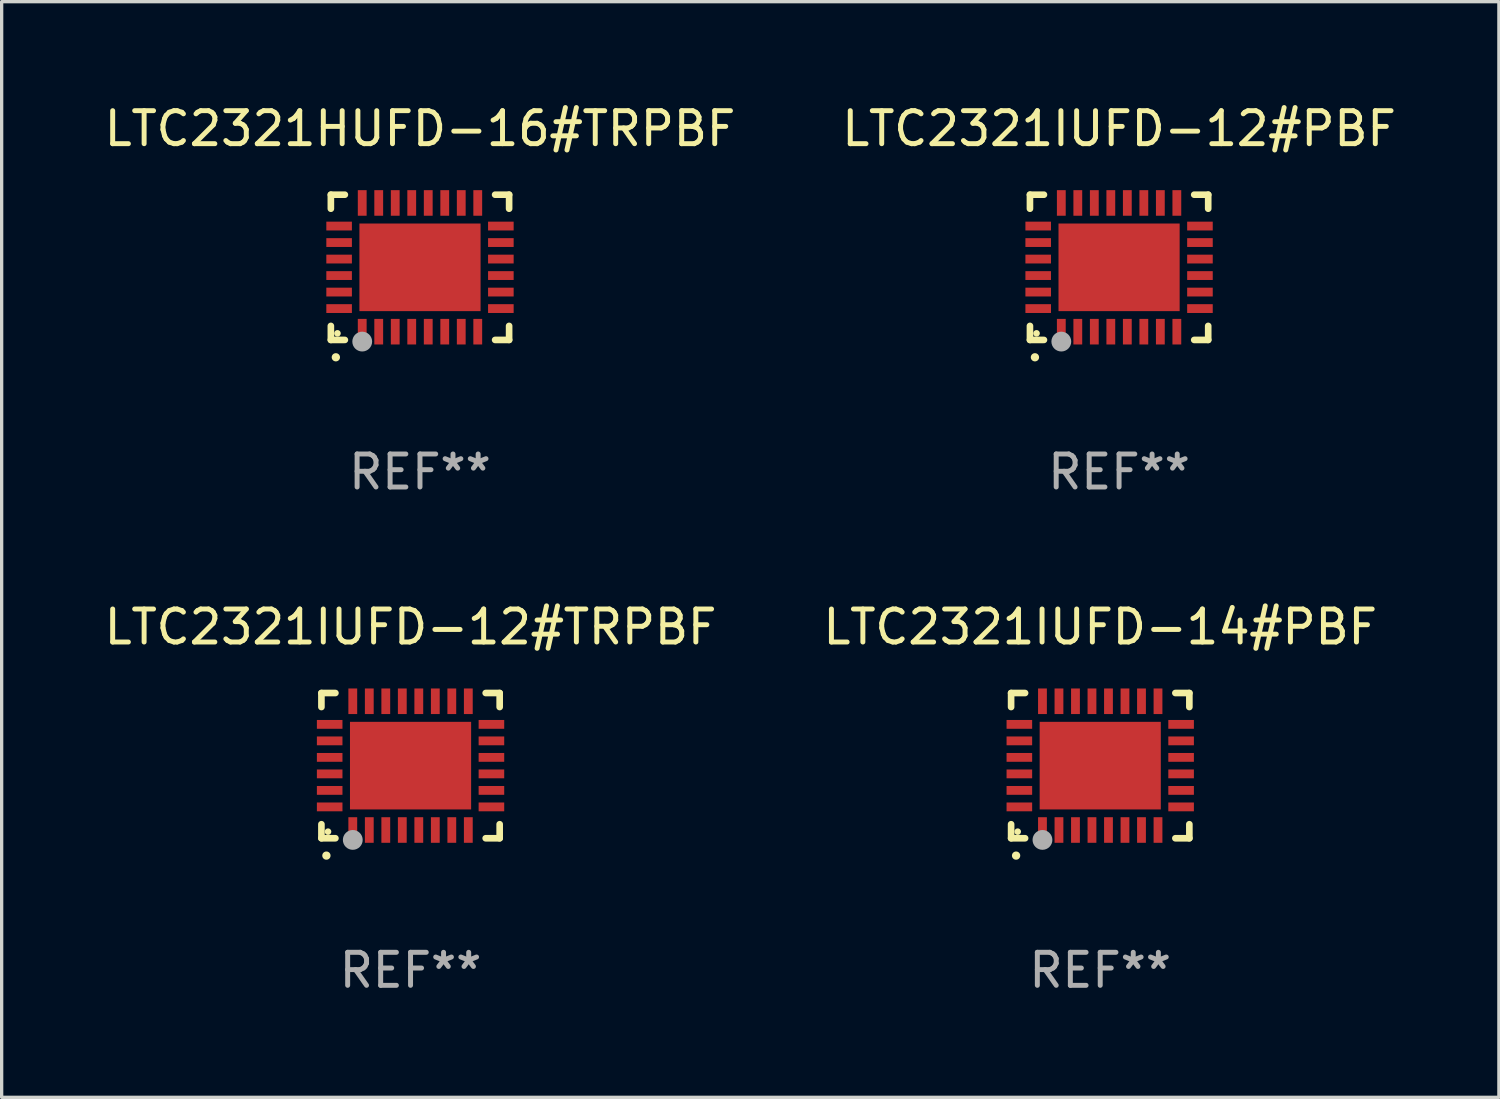
<source format=kicad_pcb>
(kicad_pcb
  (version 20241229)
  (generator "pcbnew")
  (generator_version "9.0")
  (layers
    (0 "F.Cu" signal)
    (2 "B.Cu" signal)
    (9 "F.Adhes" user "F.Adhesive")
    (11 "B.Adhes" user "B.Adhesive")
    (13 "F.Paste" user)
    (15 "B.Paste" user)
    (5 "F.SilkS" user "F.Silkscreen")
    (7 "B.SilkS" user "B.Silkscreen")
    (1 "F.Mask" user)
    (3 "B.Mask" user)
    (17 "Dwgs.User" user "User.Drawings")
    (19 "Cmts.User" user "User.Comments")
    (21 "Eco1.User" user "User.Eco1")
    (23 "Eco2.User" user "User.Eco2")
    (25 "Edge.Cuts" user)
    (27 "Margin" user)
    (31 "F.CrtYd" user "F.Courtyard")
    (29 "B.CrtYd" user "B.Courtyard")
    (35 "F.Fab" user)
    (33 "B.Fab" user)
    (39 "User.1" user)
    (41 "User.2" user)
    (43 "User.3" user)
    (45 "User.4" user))
  (footprint "LTC2321IUFD-12#TRPBF"
    (layer "F.Cu")
    (at 9.387 20.144)
    (property "Reference" "LTC2321IUFD-12#TRPBF" (at 0 -4.2 0) (layer "F.SilkS") (effects (font (size 1 1) (thickness 0.15))))
    (attr through_hole)
    (fp_line (start -2.7 -2.2) (end -2.276 -2.2) (stroke (width 0.201) (type solid)) (layer "F.SilkS"))
    (fp_line (start -2.7 -1.775) (end -2.7 -2.2) (stroke (width 0.201) (type solid)) (layer "F.SilkS"))
    (fp_line (start -2.7 2.2) (end -2.7 1.775) (stroke (width 0.201) (type solid)) (layer "F.SilkS"))
    (fp_line (start -2.276 2.2) (end -2.7 2.2) (stroke (width 0.201) (type solid)) (layer "F.SilkS"))
    (fp_line (start 2.276 2.2) (end 2.7 2.2) (stroke (width 0.201) (type solid)) (layer "F.SilkS"))
    (fp_line (start 2.7 -2.2) (end 2.276 -2.2) (stroke (width 0.201) (type solid)) (layer "F.SilkS"))
    (fp_line (start 2.7 -1.775) (end 2.7 -2.2) (stroke (width 0.201) (type solid)) (layer "F.SilkS"))
    (fp_line (start 2.7 2.2) (end 2.7 1.775) (stroke (width 0.201) (type solid)) (layer "F.SilkS"))
    (fp_arc (start -2.550165 2.725425) (mid -2.548895 2.725419) (end -2.547625 2.725425) (stroke (width 0.24892) (type solid)) (layer "F.SilkS"))
    (fp_circle (center -2.5 2) (end -2.45 2) (stroke (width 0.1) (type solid)) (fill no) (layer "F.SilkS"))
    (fp_circle (center -1.75 2.25) (end -1.6 2.25) (stroke (width 0.3) (type solid)) (fill no) (layer "F.Fab"))
    (fp_text user "REF**" (at 0 6.2 0) (layer "F.Fab") (effects (font (size 1 1) (thickness 0.15))))
    (pad "1" smd rect (at -1.75 1.95) (size 0.267 0.775) (layers "F.Cu" "F.Mask" "F.Paste"))
    (pad "2" smd rect (at -1.25 1.95) (size 0.267 0.775) (layers "F.Cu" "F.Mask" "F.Paste"))
    (pad "3" smd rect (at -0.75 1.95) (size 0.267 0.775) (layers "F.Cu" "F.Mask" "F.Paste"))
    (pad "4" smd rect (at -0.25 1.95) (size 0.267 0.775) (layers "F.Cu" "F.Mask" "F.Paste"))
    (pad "5" smd rect (at 0.25 1.95) (size 0.267 0.775) (layers "F.Cu" "F.Mask" "F.Paste"))
    (pad "6" smd rect (at 0.75 1.95) (size 0.267 0.775) (layers "F.Cu" "F.Mask" "F.Paste"))
    (pad "7" smd rect (at 1.25 1.95) (size 0.267 0.775) (layers "F.Cu" "F.Mask" "F.Paste"))
    (pad "8" smd rect (at 1.75 1.95) (size 0.267 0.775) (layers "F.Cu" "F.Mask" "F.Paste"))
    (pad "9" smd rect (at 2.45 1.25) (size 0.775 0.267) (layers "F.Cu" "F.Mask" "F.Paste"))
    (pad "10" smd rect (at 2.45 0.75) (size 0.775 0.267) (layers "F.Cu" "F.Mask" "F.Paste"))
    (pad "11" smd rect (at 2.45 0.25) (size 0.775 0.267) (layers "F.Cu" "F.Mask" "F.Paste"))
    (pad "12" smd rect (at 2.45 -0.25) (size 0.775 0.267) (layers "F.Cu" "F.Mask" "F.Paste"))
    (pad "13" smd rect (at 2.45 -0.75) (size 0.775 0.267) (layers "F.Cu" "F.Mask" "F.Paste"))
    (pad "14" smd rect (at 2.45 -1.25) (size 0.775 0.267) (layers "F.Cu" "F.Mask" "F.Paste"))
    (pad "15" smd rect (at 1.75 -1.95) (size 0.267 0.775) (layers "F.Cu" "F.Mask" "F.Paste"))
    (pad "16" smd rect (at 1.25 -1.95) (size 0.267 0.775) (layers "F.Cu" "F.Mask" "F.Paste"))
    (pad "17" smd rect (at 0.75 -1.95) (size 0.267 0.775) (layers "F.Cu" "F.Mask" "F.Paste"))
    (pad "18" smd rect (at 0.25 -1.95) (size 0.267 0.775) (layers "F.Cu" "F.Mask" "F.Paste"))
    (pad "19" smd rect (at -0.25 -1.95) (size 0.267 0.775) (layers "F.Cu" "F.Mask" "F.Paste"))
    (pad "20" smd rect (at -0.75 -1.95) (size 0.267 0.775) (layers "F.Cu" "F.Mask" "F.Paste"))
    (pad "21" smd rect (at -1.25 -1.95) (size 0.267 0.775) (layers "F.Cu" "F.Mask" "F.Paste"))
    (pad "22" smd rect (at -1.75 -1.95) (size 0.267 0.775) (layers "F.Cu" "F.Mask" "F.Paste"))
    (pad "23" smd rect (at -2.45 -1.25) (size 0.775 0.267) (layers "F.Cu" "F.Mask" "F.Paste"))
    (pad "24" smd rect (at -2.45 -0.75) (size 0.775 0.267) (layers "F.Cu" "F.Mask" "F.Paste"))
    (pad "25" smd rect (at -2.45 -0.25) (size 0.775 0.267) (layers "F.Cu" "F.Mask" "F.Paste"))
    (pad "26" smd rect (at -2.45 0.25) (size 0.775 0.267) (layers "F.Cu" "F.Mask" "F.Paste"))
    (pad "27" smd rect (at -2.45 0.75) (size 0.775 0.267) (layers "F.Cu" "F.Mask" "F.Paste"))
    (pad "28" smd rect (at -2.45 1.25) (size 0.775 0.267) (layers "F.Cu" "F.Mask" "F.Paste"))
    (pad "29" smd rect (at 0.000127 0.000127) (size 3.67 2.654) (layers "F.Cu" "F.Mask" "F.Paste")))
  (footprint "LTC2321IUFD-14#PBF"
    (layer "F.Cu")
    (at 30.28 20.144)
    (property "Reference" "LTC2321IUFD-14#PBF" (at 0 -4.2 0) (layer "F.SilkS") (effects (font (size 1 1) (thickness 0.15))))
    (attr through_hole)
    (fp_line (start -2.7 -2.2) (end -2.276 -2.2) (stroke (width 0.201) (type solid)) (layer "F.SilkS"))
    (fp_line (start -2.7 -1.775) (end -2.7 -2.2) (stroke (width 0.201) (type solid)) (layer "F.SilkS"))
    (fp_line (start -2.7 2.2) (end -2.7 1.775) (stroke (width 0.201) (type solid)) (layer "F.SilkS"))
    (fp_line (start -2.276 2.2) (end -2.7 2.2) (stroke (width 0.201) (type solid)) (layer "F.SilkS"))
    (fp_line (start 2.276 2.2) (end 2.7 2.2) (stroke (width 0.201) (type solid)) (layer "F.SilkS"))
    (fp_line (start 2.7 -2.2) (end 2.276 -2.2) (stroke (width 0.201) (type solid)) (layer "F.SilkS"))
    (fp_line (start 2.7 -1.775) (end 2.7 -2.2) (stroke (width 0.201) (type solid)) (layer "F.SilkS"))
    (fp_line (start 2.7 2.2) (end 2.7 1.775) (stroke (width 0.201) (type solid)) (layer "F.SilkS"))
    (fp_arc (start -2.550165 2.725425) (mid -2.548895 2.725419) (end -2.547625 2.725425) (stroke (width 0.24892) (type solid)) (layer "F.SilkS"))
    (fp_circle (center -2.5 2) (end -2.45 2) (stroke (width 0.1) (type solid)) (fill no) (layer "F.SilkS"))
    (fp_circle (center -1.75 2.25) (end -1.6 2.25) (stroke (width 0.3) (type solid)) (fill no) (layer "F.Fab"))
    (fp_text user "REF**" (at 0 6.2 0) (layer "F.Fab") (effects (font (size 1 1) (thickness 0.15))))
    (pad "1" smd rect (at -1.75 1.95) (size 0.267 0.775) (layers "F.Cu" "F.Mask" "F.Paste"))
    (pad "2" smd rect (at -1.25 1.95) (size 0.267 0.775) (layers "F.Cu" "F.Mask" "F.Paste"))
    (pad "3" smd rect (at -0.75 1.95) (size 0.267 0.775) (layers "F.Cu" "F.Mask" "F.Paste"))
    (pad "4" smd rect (at -0.25 1.95) (size 0.267 0.775) (layers "F.Cu" "F.Mask" "F.Paste"))
    (pad "5" smd rect (at 0.25 1.95) (size 0.267 0.775) (layers "F.Cu" "F.Mask" "F.Paste"))
    (pad "6" smd rect (at 0.75 1.95) (size 0.267 0.775) (layers "F.Cu" "F.Mask" "F.Paste"))
    (pad "7" smd rect (at 1.25 1.95) (size 0.267 0.775) (layers "F.Cu" "F.Mask" "F.Paste"))
    (pad "8" smd rect (at 1.75 1.95) (size 0.267 0.775) (layers "F.Cu" "F.Mask" "F.Paste"))
    (pad "9" smd rect (at 2.45 1.25) (size 0.775 0.267) (layers "F.Cu" "F.Mask" "F.Paste"))
    (pad "10" smd rect (at 2.45 0.75) (size 0.775 0.267) (layers "F.Cu" "F.Mask" "F.Paste"))
    (pad "11" smd rect (at 2.45 0.25) (size 0.775 0.267) (layers "F.Cu" "F.Mask" "F.Paste"))
    (pad "12" smd rect (at 2.45 -0.25) (size 0.775 0.267) (layers "F.Cu" "F.Mask" "F.Paste"))
    (pad "13" smd rect (at 2.45 -0.75) (size 0.775 0.267) (layers "F.Cu" "F.Mask" "F.Paste"))
    (pad "14" smd rect (at 2.45 -1.25) (size 0.775 0.267) (layers "F.Cu" "F.Mask" "F.Paste"))
    (pad "15" smd rect (at 1.75 -1.95) (size 0.267 0.775) (layers "F.Cu" "F.Mask" "F.Paste"))
    (pad "16" smd rect (at 1.25 -1.95) (size 0.267 0.775) (layers "F.Cu" "F.Mask" "F.Paste"))
    (pad "17" smd rect (at 0.75 -1.95) (size 0.267 0.775) (layers "F.Cu" "F.Mask" "F.Paste"))
    (pad "18" smd rect (at 0.25 -1.95) (size 0.267 0.775) (layers "F.Cu" "F.Mask" "F.Paste"))
    (pad "19" smd rect (at -0.25 -1.95) (size 0.267 0.775) (layers "F.Cu" "F.Mask" "F.Paste"))
    (pad "20" smd rect (at -0.75 -1.95) (size 0.267 0.775) (layers "F.Cu" "F.Mask" "F.Paste"))
    (pad "21" smd rect (at -1.25 -1.95) (size 0.267 0.775) (layers "F.Cu" "F.Mask" "F.Paste"))
    (pad "22" smd rect (at -1.75 -1.95) (size 0.267 0.775) (layers "F.Cu" "F.Mask" "F.Paste"))
    (pad "23" smd rect (at -2.45 -1.25) (size 0.775 0.267) (layers "F.Cu" "F.Mask" "F.Paste"))
    (pad "24" smd rect (at -2.45 -0.75) (size 0.775 0.267) (layers "F.Cu" "F.Mask" "F.Paste"))
    (pad "25" smd rect (at -2.45 -0.25) (size 0.775 0.267) (layers "F.Cu" "F.Mask" "F.Paste"))
    (pad "26" smd rect (at -2.45 0.25) (size 0.775 0.267) (layers "F.Cu" "F.Mask" "F.Paste"))
    (pad "27" smd rect (at -2.45 0.75) (size 0.775 0.267) (layers "F.Cu" "F.Mask" "F.Paste"))
    (pad "28" smd rect (at -2.45 1.25) (size 0.775 0.267) (layers "F.Cu" "F.Mask" "F.Paste"))
    (pad "29" smd rect (at 0.000127 0.000127) (size 3.67 2.654) (layers "F.Cu" "F.Mask" "F.Paste")))
  (footprint "LTC2321HUFD-16#TRPBF"
    (layer "F.Cu")
    (at 9.673 5.048)
    (property "Reference" "LTC2321HUFD-16#TRPBF" (at 0 -4.2 0) (layer "F.SilkS") (effects (font (size 1 1) (thickness 0.15))))
    (attr through_hole)
    (fp_line (start -2.7 -2.2) (end -2.276 -2.2) (stroke (width 0.201) (type solid)) (layer "F.SilkS"))
    (fp_line (start -2.7 -1.775) (end -2.7 -2.2) (stroke (width 0.201) (type solid)) (layer "F.SilkS"))
    (fp_line (start -2.7 2.2) (end -2.7 1.775) (stroke (width 0.201) (type solid)) (layer "F.SilkS"))
    (fp_line (start -2.276 2.2) (end -2.7 2.2) (stroke (width 0.201) (type solid)) (layer "F.SilkS"))
    (fp_line (start 2.276 2.2) (end 2.7 2.2) (stroke (width 0.201) (type solid)) (layer "F.SilkS"))
    (fp_line (start 2.7 -2.2) (end 2.276 -2.2) (stroke (width 0.201) (type solid)) (layer "F.SilkS"))
    (fp_line (start 2.7 -1.775) (end 2.7 -2.2) (stroke (width 0.201) (type solid)) (layer "F.SilkS"))
    (fp_line (start 2.7 2.2) (end 2.7 1.775) (stroke (width 0.201) (type solid)) (layer "F.SilkS"))
    (fp_arc (start -2.550165 2.725425) (mid -2.548895 2.725419) (end -2.547625 2.725425) (stroke (width 0.24892) (type solid)) (layer "F.SilkS"))
    (fp_circle (center -2.5 2) (end -2.45 2) (stroke (width 0.1) (type solid)) (fill no) (layer "F.SilkS"))
    (fp_circle (center -1.75 2.25) (end -1.6 2.25) (stroke (width 0.3) (type solid)) (fill no) (layer "F.Fab"))
    (fp_text user "REF**" (at 0 6.2 0) (layer "F.Fab") (effects (font (size 1 1) (thickness 0.15))))
    (pad "1" smd rect (at -1.75 1.95) (size 0.267 0.775) (layers "F.Cu" "F.Mask" "F.Paste"))
    (pad "2" smd rect (at -1.25 1.95) (size 0.267 0.775) (layers "F.Cu" "F.Mask" "F.Paste"))
    (pad "3" smd rect (at -0.75 1.95) (size 0.267 0.775) (layers "F.Cu" "F.Mask" "F.Paste"))
    (pad "4" smd rect (at -0.25 1.95) (size 0.267 0.775) (layers "F.Cu" "F.Mask" "F.Paste"))
    (pad "5" smd rect (at 0.25 1.95) (size 0.267 0.775) (layers "F.Cu" "F.Mask" "F.Paste"))
    (pad "6" smd rect (at 0.75 1.95) (size 0.267 0.775) (layers "F.Cu" "F.Mask" "F.Paste"))
    (pad "7" smd rect (at 1.25 1.95) (size 0.267 0.775) (layers "F.Cu" "F.Mask" "F.Paste"))
    (pad "8" smd rect (at 1.75 1.95) (size 0.267 0.775) (layers "F.Cu" "F.Mask" "F.Paste"))
    (pad "9" smd rect (at 2.45 1.25) (size 0.775 0.267) (layers "F.Cu" "F.Mask" "F.Paste"))
    (pad "10" smd rect (at 2.45 0.75) (size 0.775 0.267) (layers "F.Cu" "F.Mask" "F.Paste"))
    (pad "11" smd rect (at 2.45 0.25) (size 0.775 0.267) (layers "F.Cu" "F.Mask" "F.Paste"))
    (pad "12" smd rect (at 2.45 -0.25) (size 0.775 0.267) (layers "F.Cu" "F.Mask" "F.Paste"))
    (pad "13" smd rect (at 2.45 -0.75) (size 0.775 0.267) (layers "F.Cu" "F.Mask" "F.Paste"))
    (pad "14" smd rect (at 2.45 -1.25) (size 0.775 0.267) (layers "F.Cu" "F.Mask" "F.Paste"))
    (pad "15" smd rect (at 1.75 -1.95) (size 0.267 0.775) (layers "F.Cu" "F.Mask" "F.Paste"))
    (pad "16" smd rect (at 1.25 -1.95) (size 0.267 0.775) (layers "F.Cu" "F.Mask" "F.Paste"))
    (pad "17" smd rect (at 0.75 -1.95) (size 0.267 0.775) (layers "F.Cu" "F.Mask" "F.Paste"))
    (pad "18" smd rect (at 0.25 -1.95) (size 0.267 0.775) (layers "F.Cu" "F.Mask" "F.Paste"))
    (pad "19" smd rect (at -0.25 -1.95) (size 0.267 0.775) (layers "F.Cu" "F.Mask" "F.Paste"))
    (pad "20" smd rect (at -0.75 -1.95) (size 0.267 0.775) (layers "F.Cu" "F.Mask" "F.Paste"))
    (pad "21" smd rect (at -1.25 -1.95) (size 0.267 0.775) (layers "F.Cu" "F.Mask" "F.Paste"))
    (pad "22" smd rect (at -1.75 -1.95) (size 0.267 0.775) (layers "F.Cu" "F.Mask" "F.Paste"))
    (pad "23" smd rect (at -2.45 -1.25) (size 0.775 0.267) (layers "F.Cu" "F.Mask" "F.Paste"))
    (pad "24" smd rect (at -2.45 -0.75) (size 0.775 0.267) (layers "F.Cu" "F.Mask" "F.Paste"))
    (pad "25" smd rect (at -2.45 -0.25) (size 0.775 0.267) (layers "F.Cu" "F.Mask" "F.Paste"))
    (pad "26" smd rect (at -2.45 0.25) (size 0.775 0.267) (layers "F.Cu" "F.Mask" "F.Paste"))
    (pad "27" smd rect (at -2.45 0.75) (size 0.775 0.267) (layers "F.Cu" "F.Mask" "F.Paste"))
    (pad "28" smd rect (at -2.45 1.25) (size 0.775 0.267) (layers "F.Cu" "F.Mask" "F.Paste"))
    (pad "29" smd rect (at 0.000127 0.000127) (size 3.67 2.654) (layers "F.Cu" "F.Mask" "F.Paste")))
  (footprint "LTC2321IUFD-12#PBF"
    (layer "F.Cu")
    (at 30.851 5.048)
    (property "Reference" "LTC2321IUFD-12#PBF" (at 0 -4.2 0) (layer "F.SilkS") (effects (font (size 1 1) (thickness 0.15))))
    (attr through_hole)
    (fp_line (start -2.7 -2.2) (end -2.276 -2.2) (stroke (width 0.201) (type solid)) (layer "F.SilkS"))
    (fp_line (start -2.7 -1.775) (end -2.7 -2.2) (stroke (width 0.201) (type solid)) (layer "F.SilkS"))
    (fp_line (start -2.7 2.2) (end -2.7 1.775) (stroke (width 0.201) (type solid)) (layer "F.SilkS"))
    (fp_line (start -2.276 2.2) (end -2.7 2.2) (stroke (width 0.201) (type solid)) (layer "F.SilkS"))
    (fp_line (start 2.276 2.2) (end 2.7 2.2) (stroke (width 0.201) (type solid)) (layer "F.SilkS"))
    (fp_line (start 2.7 -2.2) (end 2.276 -2.2) (stroke (width 0.201) (type solid)) (layer "F.SilkS"))
    (fp_line (start 2.7 -1.775) (end 2.7 -2.2) (stroke (width 0.201) (type solid)) (layer "F.SilkS"))
    (fp_line (start 2.7 2.2) (end 2.7 1.775) (stroke (width 0.201) (type solid)) (layer "F.SilkS"))
    (fp_arc (start -2.550165 2.725425) (mid -2.548895 2.725419) (end -2.547625 2.725425) (stroke (width 0.24892) (type solid)) (layer "F.SilkS"))
    (fp_circle (center -2.5 2) (end -2.45 2) (stroke (width 0.1) (type solid)) (fill no) (layer "F.SilkS"))
    (fp_circle (center -1.75 2.25) (end -1.6 2.25) (stroke (width 0.3) (type solid)) (fill no) (layer "F.Fab"))
    (fp_text user "REF**" (at 0 6.2 0) (layer "F.Fab") (effects (font (size 1 1) (thickness 0.15))))
    (pad "1" smd rect (at -1.75 1.95) (size 0.267 0.775) (layers "F.Cu" "F.Mask" "F.Paste"))
    (pad "2" smd rect (at -1.25 1.95) (size 0.267 0.775) (layers "F.Cu" "F.Mask" "F.Paste"))
    (pad "3" smd rect (at -0.75 1.95) (size 0.267 0.775) (layers "F.Cu" "F.Mask" "F.Paste"))
    (pad "4" smd rect (at -0.25 1.95) (size 0.267 0.775) (layers "F.Cu" "F.Mask" "F.Paste"))
    (pad "5" smd rect (at 0.25 1.95) (size 0.267 0.775) (layers "F.Cu" "F.Mask" "F.Paste"))
    (pad "6" smd rect (at 0.75 1.95) (size 0.267 0.775) (layers "F.Cu" "F.Mask" "F.Paste"))
    (pad "7" smd rect (at 1.25 1.95) (size 0.267 0.775) (layers "F.Cu" "F.Mask" "F.Paste"))
    (pad "8" smd rect (at 1.75 1.95) (size 0.267 0.775) (layers "F.Cu" "F.Mask" "F.Paste"))
    (pad "9" smd rect (at 2.45 1.25) (size 0.775 0.267) (layers "F.Cu" "F.Mask" "F.Paste"))
    (pad "10" smd rect (at 2.45 0.75) (size 0.775 0.267) (layers "F.Cu" "F.Mask" "F.Paste"))
    (pad "11" smd rect (at 2.45 0.25) (size 0.775 0.267) (layers "F.Cu" "F.Mask" "F.Paste"))
    (pad "12" smd rect (at 2.45 -0.25) (size 0.775 0.267) (layers "F.Cu" "F.Mask" "F.Paste"))
    (pad "13" smd rect (at 2.45 -0.75) (size 0.775 0.267) (layers "F.Cu" "F.Mask" "F.Paste"))
    (pad "14" smd rect (at 2.45 -1.25) (size 0.775 0.267) (layers "F.Cu" "F.Mask" "F.Paste"))
    (pad "15" smd rect (at 1.75 -1.95) (size 0.267 0.775) (layers "F.Cu" "F.Mask" "F.Paste"))
    (pad "16" smd rect (at 1.25 -1.95) (size 0.267 0.775) (layers "F.Cu" "F.Mask" "F.Paste"))
    (pad "17" smd rect (at 0.75 -1.95) (size 0.267 0.775) (layers "F.Cu" "F.Mask" "F.Paste"))
    (pad "18" smd rect (at 0.25 -1.95) (size 0.267 0.775) (layers "F.Cu" "F.Mask" "F.Paste"))
    (pad "19" smd rect (at -0.25 -1.95) (size 0.267 0.775) (layers "F.Cu" "F.Mask" "F.Paste"))
    (pad "20" smd rect (at -0.75 -1.95) (size 0.267 0.775) (layers "F.Cu" "F.Mask" "F.Paste"))
    (pad "21" smd rect (at -1.25 -1.95) (size 0.267 0.775) (layers "F.Cu" "F.Mask" "F.Paste"))
    (pad "22" smd rect (at -1.75 -1.95) (size 0.267 0.775) (layers "F.Cu" "F.Mask" "F.Paste"))
    (pad "23" smd rect (at -2.45 -1.25) (size 0.775 0.267) (layers "F.Cu" "F.Mask" "F.Paste"))
    (pad "24" smd rect (at -2.45 -0.75) (size 0.775 0.267) (layers "F.Cu" "F.Mask" "F.Paste"))
    (pad "25" smd rect (at -2.45 -0.25) (size 0.775 0.267) (layers "F.Cu" "F.Mask" "F.Paste"))
    (pad "26" smd rect (at -2.45 0.25) (size 0.775 0.267) (layers "F.Cu" "F.Mask" "F.Paste"))
    (pad "27" smd rect (at -2.45 0.75) (size 0.775 0.267) (layers "F.Cu" "F.Mask" "F.Paste"))
    (pad "28" smd rect (at -2.45 1.25) (size 0.775 0.267) (layers "F.Cu" "F.Mask" "F.Paste"))
    (pad "29" smd rect (at 0.000127 0.000127) (size 3.67 2.654) (layers "F.Cu" "F.Mask" "F.Paste")))
  (gr_rect
    (start -3 -3)
    (end 42.357 30.192)
    (stroke (width 0.1) (type default))
    (fill no)
    (layer "Edge.Cuts")))
</source>
